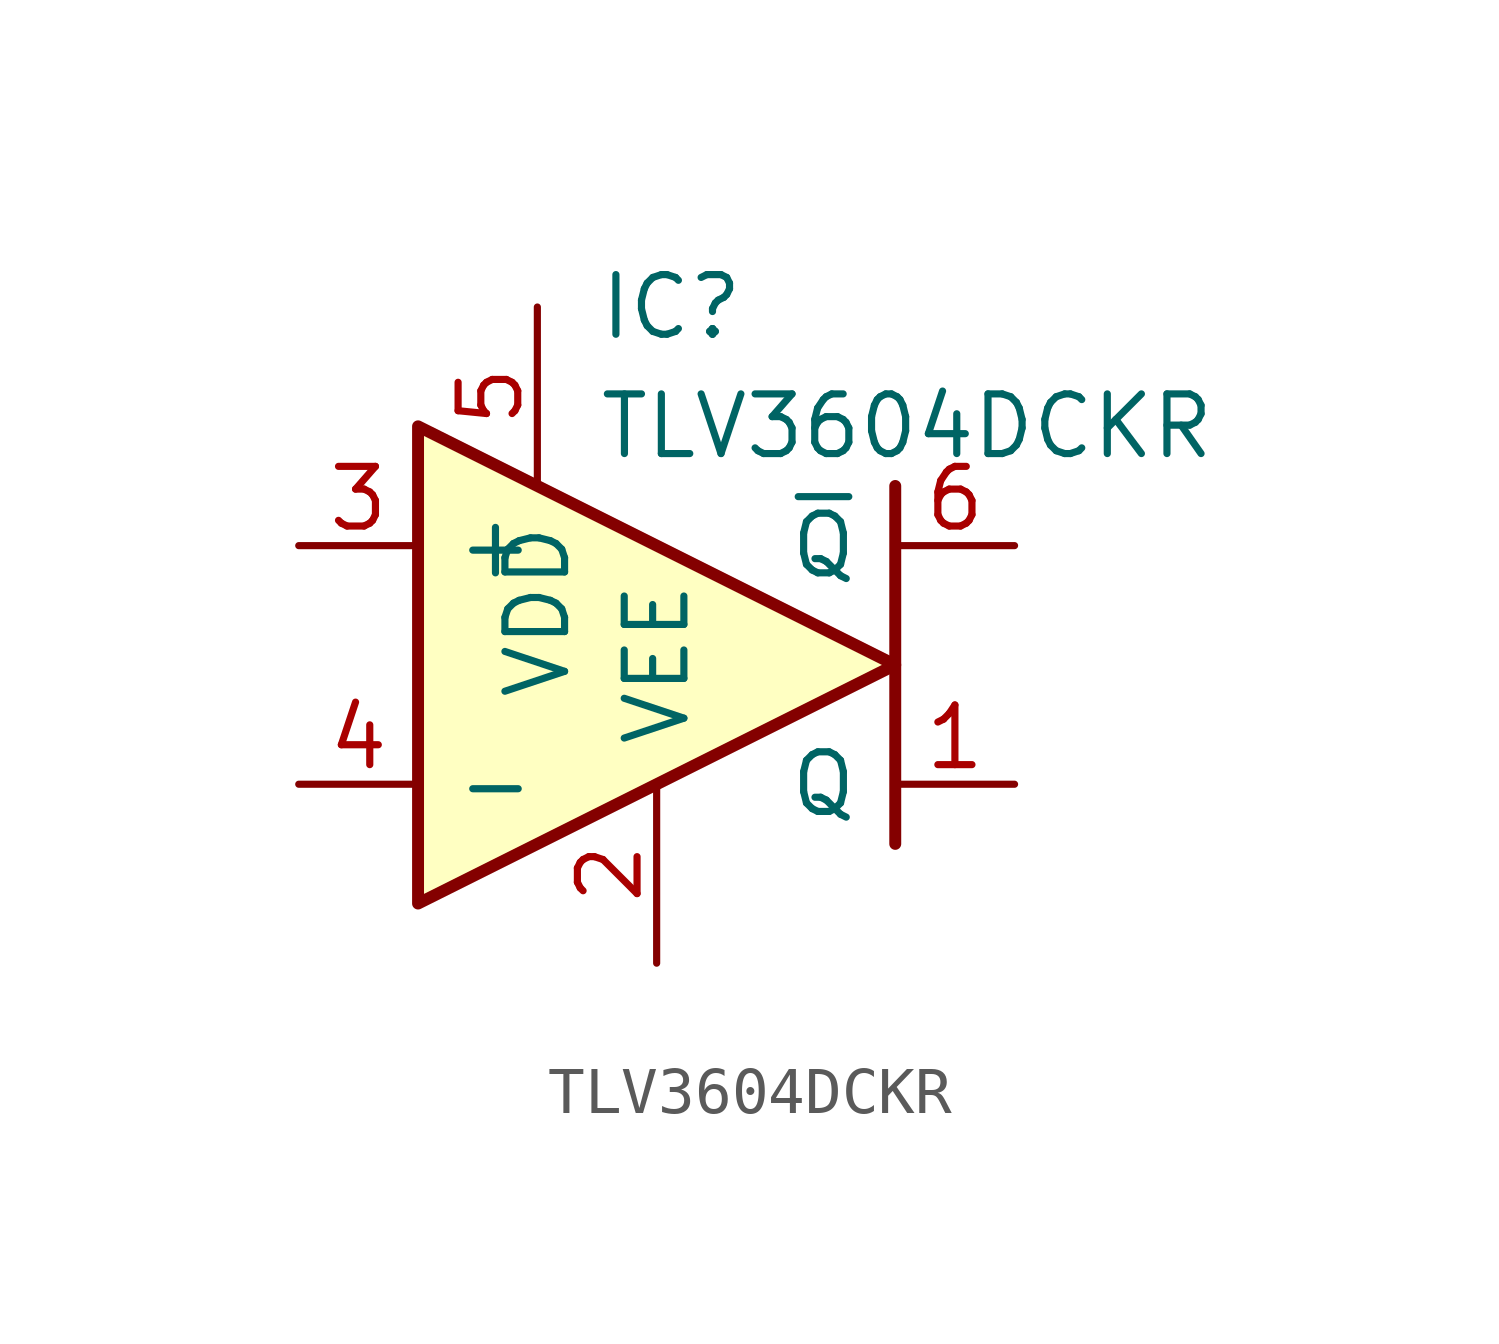
<source format=kicad_sym>
(kicad_symbol_lib
  (version 20211014)
  (generator kicad_symbol_editor)
  (symbol "TLV3604DCKR"
    (pin_names
      (offset 0.762))
    (property "Reference" "IC"
      (at 6.35 5.08 0)
      (effects (font (size 1.27 1.27)) (justify left)))
    (property "Value" "TLV3604DCKR"
      (at 6.35 2.54 0)
      (effects (font (size 1.27 1.27)) (justify left)))
    (symbol "TLV3604DCKR_0_1"
      (polyline (pts (xy 12.7 1.27) (xy 12.7 -6.35)) (stroke (width 0.254) (type default) (color 0 0 0 0)) (fill (type none)))
      (polyline (pts (xy 2.54 2.54) (xy 12.7 -2.54) (xy 2.54 -7.62) (xy 2.54 2.54)) (stroke (width 0.254) (type default) (color 0 0 0 0)) (fill (type background))))
    (symbol "TLV3604DCKR_1_1"
      (pin output line (at 15.24 -5.08 180) (length 2.54) (name "Q" (effects (font (size 1.27 1.27)))) (number "1" (effects (font (size 1.27 1.27)))))
      (pin power_in line (at 7.62 -8.89 90) (length 3.81) (name "VEE" (effects (font (size 1.27 1.27)))) (number "2" (effects (font (size 1.27 1.27)))))
      (pin input line (at 0 0 0) (length 2.54) (name "+" (effects (font (size 1.27 1.27)))) (number "3" (effects (font (size 1.27 1.27)))))
      (pin input line (at 0 -5.08 0) (length 2.54) (name "-" (effects (font (size 1.27 1.27)))) (number "4" (effects (font (size 1.27 1.27)))))
      (pin power_in line (at 5.08 5.08 270) (length 3.81) (name "VDD" (effects (font (size 1.27 1.27)))) (number "5" (effects (font (size 1.27 1.27)))))
      (pin output line (at 15.24 0 180) (length 2.54) (name "~{Q}" (effects (font (size 1.27 1.27)))) (number "6" (effects (font (size 1.27 1.27))))))))
</source>
